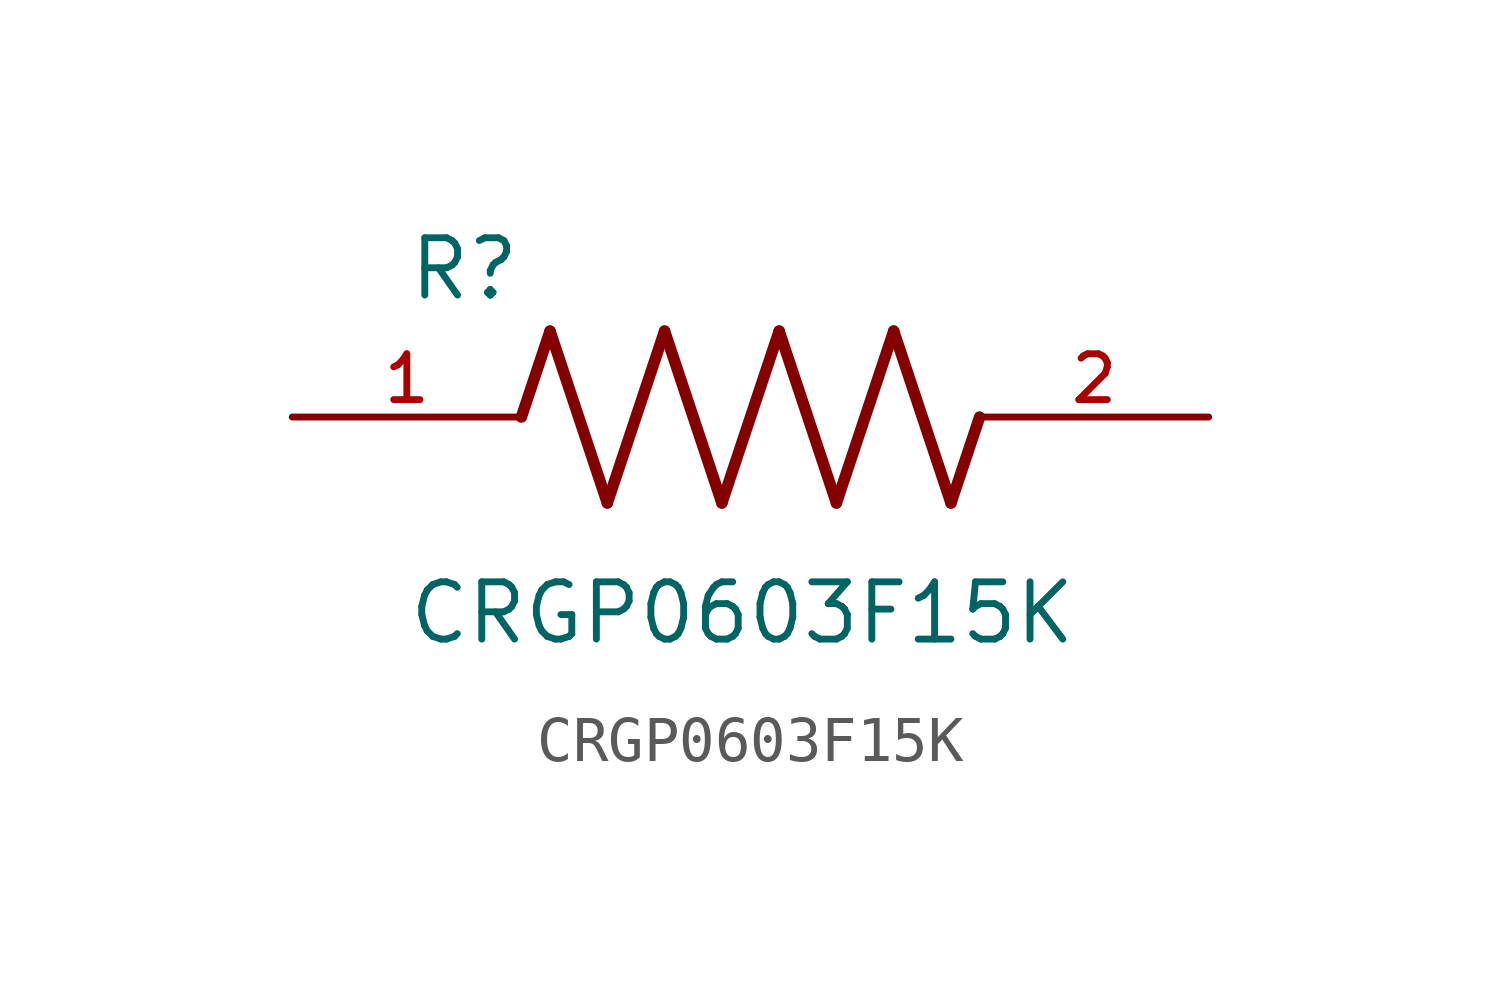
<source format=kicad_sym>
(kicad_symbol_lib
  (version 20211014)
  (generator kicad_symbol_editor)
  (symbol "CRGP0603F15K"
    (pin_names
      (offset 1.016))
    (property "Reference" "R"
      (at -7.624 2.541 0)
      (effects (font (size 1.27 1.27)) (justify bottom left)))
    (property "Value" "CRGP0603F15K"
      (at -7.63 -5.087 0)
      (effects (font (size 1.27 1.27)) (justify bottom left)))
    (symbol "CRGP0603F15K_0_0"
      (polyline (pts (xy -5.08 0.0) (xy -4.445 1.905)) (stroke (width 0.254)))
      (polyline (pts (xy -4.445 1.905) (xy -3.175 -1.905)) (stroke (width 0.254)))
      (polyline (pts (xy -3.175 -1.905) (xy -1.905 1.905)) (stroke (width 0.254)))
      (polyline (pts (xy -1.905 1.905) (xy -0.635 -1.905)) (stroke (width 0.254)))
      (polyline (pts (xy -0.635 -1.905) (xy 0.635 1.905)) (stroke (width 0.254)))
      (polyline (pts (xy 0.635 1.905) (xy 1.905 -1.905)) (stroke (width 0.254)))
      (polyline (pts (xy 1.905 -1.905) (xy 3.175 1.905)) (stroke (width 0.254)))
      (polyline (pts (xy 3.175 1.905) (xy 4.445 -1.905)) (stroke (width 0.254)))
      (polyline (pts (xy 4.445 -1.905) (xy 5.08 0.0)) (stroke (width 0.254)))
      (pin passive line (at -10.16 0.0 0) (length 5.08) (name "~" (effects (font (size 1.016 1.016)))) (number "1" (effects (font (size 1.016 1.016)))))
      (pin passive line (at 10.16 0.0 180.0) (length 5.08) (name "~" (effects (font (size 1.016 1.016)))) (number "2" (effects (font (size 1.016 1.016))))))))
</source>
